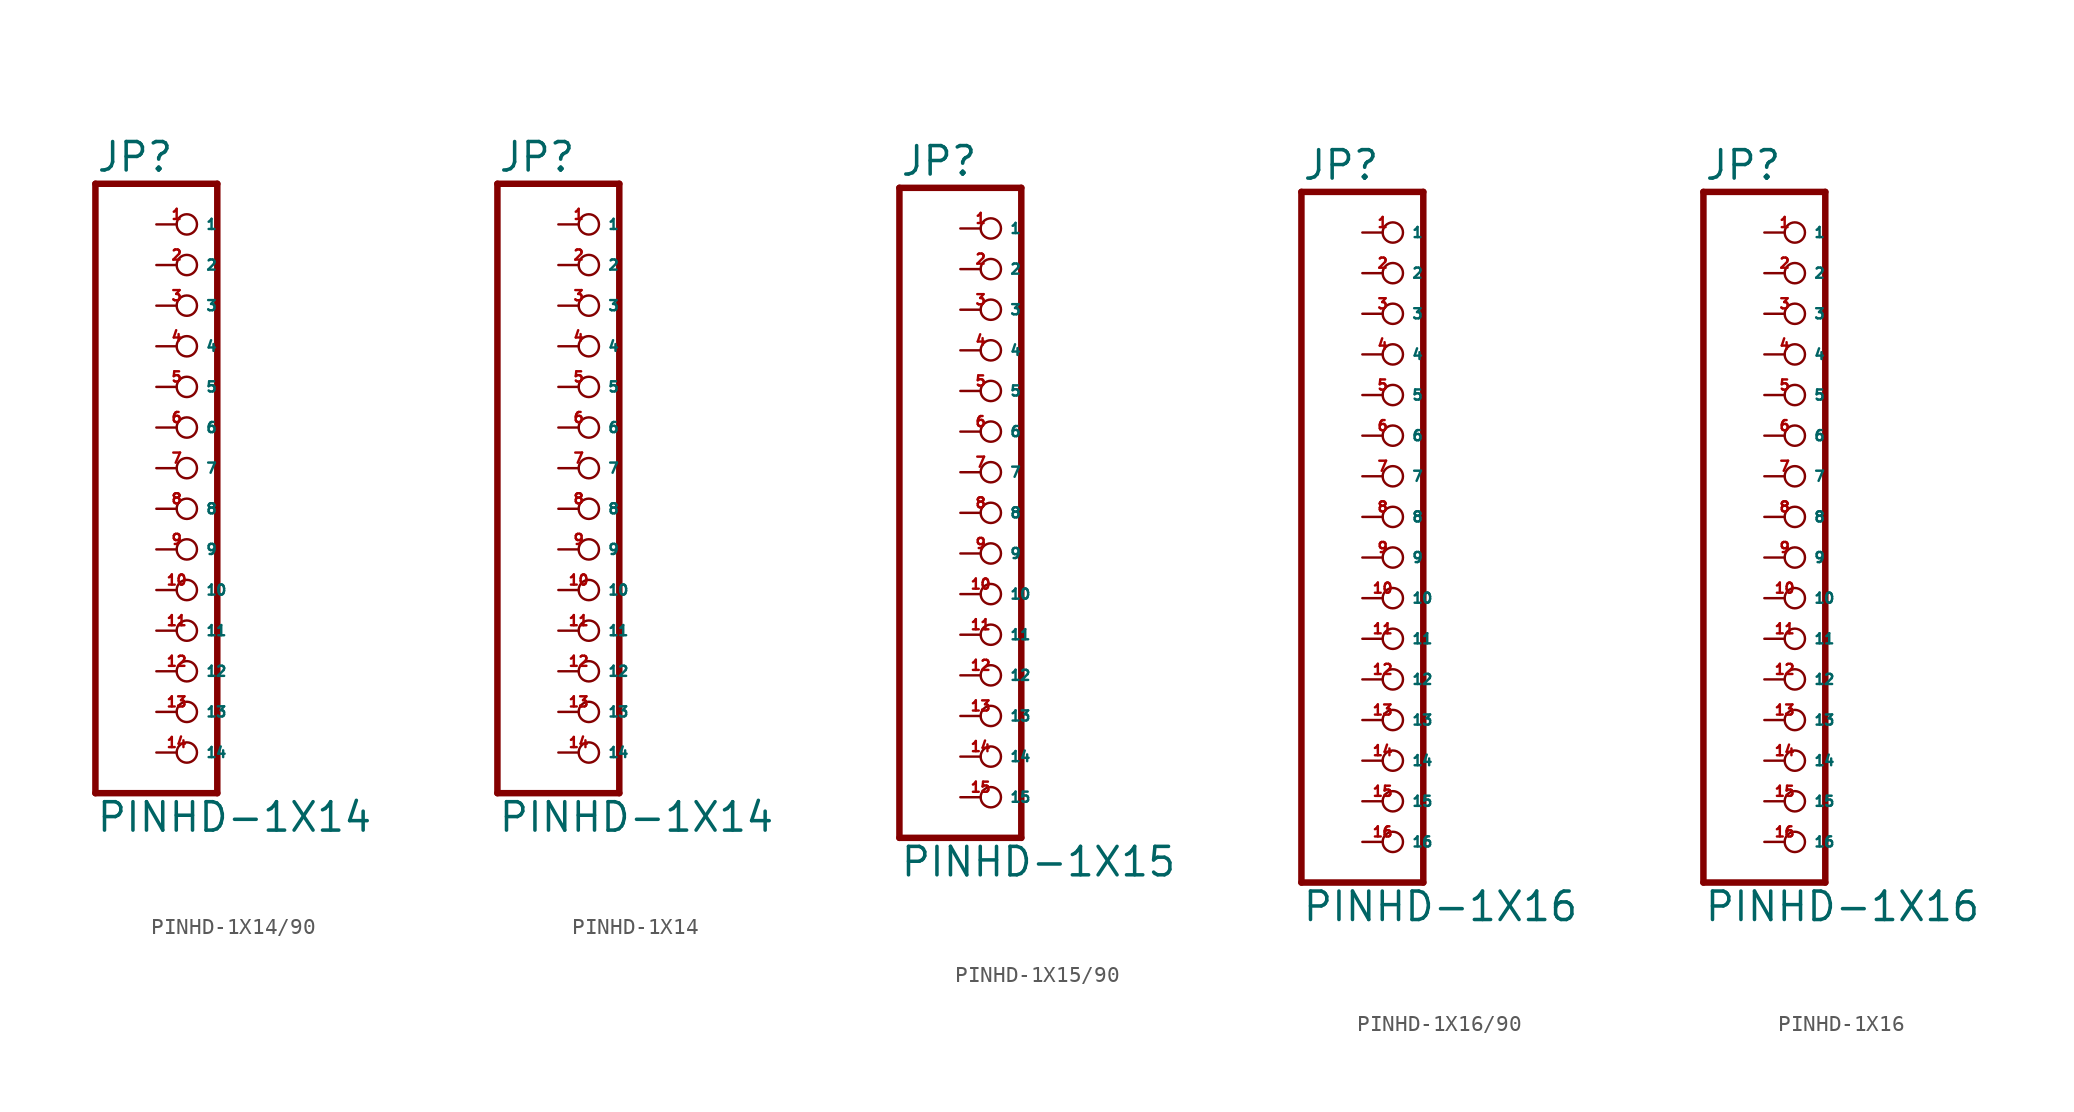
<source format=kicad_sym>
(kicad_symbol_lib
  (version 20220914)
  (generator Eagle2Kicad)
  (symbol "PINHD-1X14/90"
    (property "Reference" "JP"
      (at -6.35 18.415 0)
      (effects (font (size 1.778 1.778) (thickness 0.22)) (justify left bottom)))
    (property "Value" "PINHD-1X14"
      (at -6.35 -22.86 0)
      (effects (font (size 1.778 1.778) (thickness 0.22)) (justify left bottom)))
    (polyline
      (pts (xy -6.35 -20.32) (xy 1.27 -20.32))
      (stroke (width 0.406) (type default))
      (fill (type none)))
    (polyline
      (pts (xy 1.27 -20.32) (xy 1.27 17.78))
      (stroke (width 0.406) (type default))
      (fill (type none)))
    (polyline
      (pts (xy 1.27 17.78) (xy -6.35 17.78))
      (stroke (width 0.406) (type default))
      (fill (type none)))
    (polyline
      (pts (xy -6.35 17.78) (xy -6.35 -20.32))
      (stroke (width 0.406) (type default))
      (fill (type none)))
    (pin passive inverted
      (at -2.54 15.24 0)
      (length 2.54)
      (name "1" (effects (font (size 0.635 0.635) (thickness 0.08)) (justify left bottom)))
      (number "1" (effects (font (size 0.635 0.635) (thickness 0.08)) (justify left bottom))))
    (pin passive inverted
      (at -2.54 12.7 0)
      (length 2.54)
      (name "2" (effects (font (size 0.635 0.635) (thickness 0.08)) (justify left bottom)))
      (number "2" (effects (font (size 0.635 0.635) (thickness 0.08)) (justify left bottom))))
    (pin passive inverted
      (at -2.54 10.16 0)
      (length 2.54)
      (name "3" (effects (font (size 0.635 0.635) (thickness 0.08)) (justify left bottom)))
      (number "3" (effects (font (size 0.635 0.635) (thickness 0.08)) (justify left bottom))))
    (pin passive inverted
      (at -2.54 7.62 0)
      (length 2.54)
      (name "4" (effects (font (size 0.635 0.635) (thickness 0.08)) (justify left bottom)))
      (number "4" (effects (font (size 0.635 0.635) (thickness 0.08)) (justify left bottom))))
    (pin passive inverted
      (at -2.54 5.08 0)
      (length 2.54)
      (name "5" (effects (font (size 0.635 0.635) (thickness 0.08)) (justify left bottom)))
      (number "5" (effects (font (size 0.635 0.635) (thickness 0.08)) (justify left bottom))))
    (pin passive inverted
      (at -2.54 2.54 0)
      (length 2.54)
      (name "6" (effects (font (size 0.635 0.635) (thickness 0.08)) (justify left bottom)))
      (number "6" (effects (font (size 0.635 0.635) (thickness 0.08)) (justify left bottom))))
    (pin passive inverted
      (at -2.54 0 0)
      (length 2.54)
      (name "7" (effects (font (size 0.635 0.635) (thickness 0.08)) (justify left bottom)))
      (number "7" (effects (font (size 0.635 0.635) (thickness 0.08)) (justify left bottom))))
    (pin passive inverted
      (at -2.54 -2.54 0)
      (length 2.54)
      (name "8" (effects (font (size 0.635 0.635) (thickness 0.08)) (justify left bottom)))
      (number "8" (effects (font (size 0.635 0.635) (thickness 0.08)) (justify left bottom))))
    (pin passive inverted
      (at -2.54 -5.08 0)
      (length 2.54)
      (name "9" (effects (font (size 0.635 0.635) (thickness 0.08)) (justify left bottom)))
      (number "9" (effects (font (size 0.635 0.635) (thickness 0.08)) (justify left bottom))))
    (pin passive inverted
      (at -2.54 -7.62 0)
      (length 2.54)
      (name "10" (effects (font (size 0.635 0.635) (thickness 0.08)) (justify left bottom)))
      (number "10" (effects (font (size 0.635 0.635) (thickness 0.08)) (justify left bottom))))
    (pin passive inverted
      (at -2.54 -10.16 0)
      (length 2.54)
      (name "11" (effects (font (size 0.635 0.635) (thickness 0.08)) (justify left bottom)))
      (number "11" (effects (font (size 0.635 0.635) (thickness 0.08)) (justify left bottom))))
    (pin passive inverted
      (at -2.54 -12.7 0)
      (length 2.54)
      (name "12" (effects (font (size 0.635 0.635) (thickness 0.08)) (justify left bottom)))
      (number "12" (effects (font (size 0.635 0.635) (thickness 0.08)) (justify left bottom))))
    (pin passive inverted
      (at -2.54 -15.24 0)
      (length 2.54)
      (name "13" (effects (font (size 0.635 0.635) (thickness 0.08)) (justify left bottom)))
      (number "13" (effects (font (size 0.635 0.635) (thickness 0.08)) (justify left bottom))))
    (pin passive inverted
      (at -2.54 -17.78 0)
      (length 2.54)
      (name "14" (effects (font (size 0.635 0.635) (thickness 0.08)) (justify left bottom)))
      (number "14" (effects (font (size 0.635 0.635) (thickness 0.08)) (justify left bottom)))))
  (symbol "PINHD-1X14"
    (property "Reference" "JP"
      (at -6.35 18.415 0)
      (effects (font (size 1.778 1.778) (thickness 0.22)) (justify left bottom)))
    (property "Value" "PINHD-1X14"
      (at -6.35 -22.86 0)
      (effects (font (size 1.778 1.778) (thickness 0.22)) (justify left bottom)))
    (polyline
      (pts (xy -6.35 -20.32) (xy 1.27 -20.32))
      (stroke (width 0.406) (type default))
      (fill (type none)))
    (polyline
      (pts (xy 1.27 -20.32) (xy 1.27 17.78))
      (stroke (width 0.406) (type default))
      (fill (type none)))
    (polyline
      (pts (xy 1.27 17.78) (xy -6.35 17.78))
      (stroke (width 0.406) (type default))
      (fill (type none)))
    (polyline
      (pts (xy -6.35 17.78) (xy -6.35 -20.32))
      (stroke (width 0.406) (type default))
      (fill (type none)))
    (pin passive inverted
      (at -2.54 15.24 0)
      (length 2.54)
      (name "1" (effects (font (size 0.635 0.635) (thickness 0.08)) (justify left bottom)))
      (number "1" (effects (font (size 0.635 0.635) (thickness 0.08)) (justify left bottom))))
    (pin passive inverted
      (at -2.54 12.7 0)
      (length 2.54)
      (name "2" (effects (font (size 0.635 0.635) (thickness 0.08)) (justify left bottom)))
      (number "2" (effects (font (size 0.635 0.635) (thickness 0.08)) (justify left bottom))))
    (pin passive inverted
      (at -2.54 10.16 0)
      (length 2.54)
      (name "3" (effects (font (size 0.635 0.635) (thickness 0.08)) (justify left bottom)))
      (number "3" (effects (font (size 0.635 0.635) (thickness 0.08)) (justify left bottom))))
    (pin passive inverted
      (at -2.54 7.62 0)
      (length 2.54)
      (name "4" (effects (font (size 0.635 0.635) (thickness 0.08)) (justify left bottom)))
      (number "4" (effects (font (size 0.635 0.635) (thickness 0.08)) (justify left bottom))))
    (pin passive inverted
      (at -2.54 5.08 0)
      (length 2.54)
      (name "5" (effects (font (size 0.635 0.635) (thickness 0.08)) (justify left bottom)))
      (number "5" (effects (font (size 0.635 0.635) (thickness 0.08)) (justify left bottom))))
    (pin passive inverted
      (at -2.54 2.54 0)
      (length 2.54)
      (name "6" (effects (font (size 0.635 0.635) (thickness 0.08)) (justify left bottom)))
      (number "6" (effects (font (size 0.635 0.635) (thickness 0.08)) (justify left bottom))))
    (pin passive inverted
      (at -2.54 0 0)
      (length 2.54)
      (name "7" (effects (font (size 0.635 0.635) (thickness 0.08)) (justify left bottom)))
      (number "7" (effects (font (size 0.635 0.635) (thickness 0.08)) (justify left bottom))))
    (pin passive inverted
      (at -2.54 -2.54 0)
      (length 2.54)
      (name "8" (effects (font (size 0.635 0.635) (thickness 0.08)) (justify left bottom)))
      (number "8" (effects (font (size 0.635 0.635) (thickness 0.08)) (justify left bottom))))
    (pin passive inverted
      (at -2.54 -5.08 0)
      (length 2.54)
      (name "9" (effects (font (size 0.635 0.635) (thickness 0.08)) (justify left bottom)))
      (number "9" (effects (font (size 0.635 0.635) (thickness 0.08)) (justify left bottom))))
    (pin passive inverted
      (at -2.54 -7.62 0)
      (length 2.54)
      (name "10" (effects (font (size 0.635 0.635) (thickness 0.08)) (justify left bottom)))
      (number "10" (effects (font (size 0.635 0.635) (thickness 0.08)) (justify left bottom))))
    (pin passive inverted
      (at -2.54 -10.16 0)
      (length 2.54)
      (name "11" (effects (font (size 0.635 0.635) (thickness 0.08)) (justify left bottom)))
      (number "11" (effects (font (size 0.635 0.635) (thickness 0.08)) (justify left bottom))))
    (pin passive inverted
      (at -2.54 -12.7 0)
      (length 2.54)
      (name "12" (effects (font (size 0.635 0.635) (thickness 0.08)) (justify left bottom)))
      (number "12" (effects (font (size 0.635 0.635) (thickness 0.08)) (justify left bottom))))
    (pin passive inverted
      (at -2.54 -15.24 0)
      (length 2.54)
      (name "13" (effects (font (size 0.635 0.635) (thickness 0.08)) (justify left bottom)))
      (number "13" (effects (font (size 0.635 0.635) (thickness 0.08)) (justify left bottom))))
    (pin passive inverted
      (at -2.54 -17.78 0)
      (length 2.54)
      (name "14" (effects (font (size 0.635 0.635) (thickness 0.08)) (justify left bottom)))
      (number "14" (effects (font (size 0.635 0.635) (thickness 0.08)) (justify left bottom)))))
  (symbol "PINHD-1X15/90"
    (property "Reference" "JP"
      (at -6.35 20.955 0)
      (effects (font (size 1.778 1.778) (thickness 0.22)) (justify left bottom)))
    (property "Value" "PINHD-1X15"
      (at -6.35 -22.86 0)
      (effects (font (size 1.778 1.778) (thickness 0.22)) (justify left bottom)))
    (polyline
      (pts (xy -6.35 -20.32) (xy 1.27 -20.32))
      (stroke (width 0.406) (type default))
      (fill (type none)))
    (polyline
      (pts (xy 1.27 -20.32) (xy 1.27 20.32))
      (stroke (width 0.406) (type default))
      (fill (type none)))
    (polyline
      (pts (xy 1.27 20.32) (xy -6.35 20.32))
      (stroke (width 0.406) (type default))
      (fill (type none)))
    (polyline
      (pts (xy -6.35 20.32) (xy -6.35 -20.32))
      (stroke (width 0.406) (type default))
      (fill (type none)))
    (pin passive inverted
      (at -2.54 17.78 0)
      (length 2.54)
      (name "1" (effects (font (size 0.635 0.635) (thickness 0.08)) (justify left bottom)))
      (number "1" (effects (font (size 0.635 0.635) (thickness 0.08)) (justify left bottom))))
    (pin passive inverted
      (at -2.54 15.24 0)
      (length 2.54)
      (name "2" (effects (font (size 0.635 0.635) (thickness 0.08)) (justify left bottom)))
      (number "2" (effects (font (size 0.635 0.635) (thickness 0.08)) (justify left bottom))))
    (pin passive inverted
      (at -2.54 12.7 0)
      (length 2.54)
      (name "3" (effects (font (size 0.635 0.635) (thickness 0.08)) (justify left bottom)))
      (number "3" (effects (font (size 0.635 0.635) (thickness 0.08)) (justify left bottom))))
    (pin passive inverted
      (at -2.54 10.16 0)
      (length 2.54)
      (name "4" (effects (font (size 0.635 0.635) (thickness 0.08)) (justify left bottom)))
      (number "4" (effects (font (size 0.635 0.635) (thickness 0.08)) (justify left bottom))))
    (pin passive inverted
      (at -2.54 7.62 0)
      (length 2.54)
      (name "5" (effects (font (size 0.635 0.635) (thickness 0.08)) (justify left bottom)))
      (number "5" (effects (font (size 0.635 0.635) (thickness 0.08)) (justify left bottom))))
    (pin passive inverted
      (at -2.54 5.08 0)
      (length 2.54)
      (name "6" (effects (font (size 0.635 0.635) (thickness 0.08)) (justify left bottom)))
      (number "6" (effects (font (size 0.635 0.635) (thickness 0.08)) (justify left bottom))))
    (pin passive inverted
      (at -2.54 2.54 0)
      (length 2.54)
      (name "7" (effects (font (size 0.635 0.635) (thickness 0.08)) (justify left bottom)))
      (number "7" (effects (font (size 0.635 0.635) (thickness 0.08)) (justify left bottom))))
    (pin passive inverted
      (at -2.54 0 0)
      (length 2.54)
      (name "8" (effects (font (size 0.635 0.635) (thickness 0.08)) (justify left bottom)))
      (number "8" (effects (font (size 0.635 0.635) (thickness 0.08)) (justify left bottom))))
    (pin passive inverted
      (at -2.54 -2.54 0)
      (length 2.54)
      (name "9" (effects (font (size 0.635 0.635) (thickness 0.08)) (justify left bottom)))
      (number "9" (effects (font (size 0.635 0.635) (thickness 0.08)) (justify left bottom))))
    (pin passive inverted
      (at -2.54 -5.08 0)
      (length 2.54)
      (name "10" (effects (font (size 0.635 0.635) (thickness 0.08)) (justify left bottom)))
      (number "10" (effects (font (size 0.635 0.635) (thickness 0.08)) (justify left bottom))))
    (pin passive inverted
      (at -2.54 -7.62 0)
      (length 2.54)
      (name "11" (effects (font (size 0.635 0.635) (thickness 0.08)) (justify left bottom)))
      (number "11" (effects (font (size 0.635 0.635) (thickness 0.08)) (justify left bottom))))
    (pin passive inverted
      (at -2.54 -10.16 0)
      (length 2.54)
      (name "12" (effects (font (size 0.635 0.635) (thickness 0.08)) (justify left bottom)))
      (number "12" (effects (font (size 0.635 0.635) (thickness 0.08)) (justify left bottom))))
    (pin passive inverted
      (at -2.54 -12.7 0)
      (length 2.54)
      (name "13" (effects (font (size 0.635 0.635) (thickness 0.08)) (justify left bottom)))
      (number "13" (effects (font (size 0.635 0.635) (thickness 0.08)) (justify left bottom))))
    (pin passive inverted
      (at -2.54 -15.24 0)
      (length 2.54)
      (name "14" (effects (font (size 0.635 0.635) (thickness 0.08)) (justify left bottom)))
      (number "14" (effects (font (size 0.635 0.635) (thickness 0.08)) (justify left bottom))))
    (pin passive inverted
      (at -2.54 -17.78 0)
      (length 2.54)
      (name "15" (effects (font (size 0.635 0.635) (thickness 0.08)) (justify left bottom)))
      (number "15" (effects (font (size 0.635 0.635) (thickness 0.08)) (justify left bottom)))))
  (symbol "PINHD-1X16/90"
    (property "Reference" "JP"
      (at -6.35 20.955 0)
      (effects (font (size 1.778 1.778) (thickness 0.22)) (justify left bottom)))
    (property "Value" "PINHD-1X16"
      (at -6.35 -25.4 0)
      (effects (font (size 1.778 1.778) (thickness 0.22)) (justify left bottom)))
    (polyline
      (pts (xy -6.35 -22.86) (xy 1.27 -22.86))
      (stroke (width 0.406) (type default))
      (fill (type none)))
    (polyline
      (pts (xy 1.27 -22.86) (xy 1.27 20.32))
      (stroke (width 0.406) (type default))
      (fill (type none)))
    (polyline
      (pts (xy 1.27 20.32) (xy -6.35 20.32))
      (stroke (width 0.406) (type default))
      (fill (type none)))
    (polyline
      (pts (xy -6.35 20.32) (xy -6.35 -22.86))
      (stroke (width 0.406) (type default))
      (fill (type none)))
    (pin passive inverted
      (at -2.54 17.78 0)
      (length 2.54)
      (name "1" (effects (font (size 0.635 0.635) (thickness 0.08)) (justify left bottom)))
      (number "1" (effects (font (size 0.635 0.635) (thickness 0.08)) (justify left bottom))))
    (pin passive inverted
      (at -2.54 15.24 0)
      (length 2.54)
      (name "2" (effects (font (size 0.635 0.635) (thickness 0.08)) (justify left bottom)))
      (number "2" (effects (font (size 0.635 0.635) (thickness 0.08)) (justify left bottom))))
    (pin passive inverted
      (at -2.54 12.7 0)
      (length 2.54)
      (name "3" (effects (font (size 0.635 0.635) (thickness 0.08)) (justify left bottom)))
      (number "3" (effects (font (size 0.635 0.635) (thickness 0.08)) (justify left bottom))))
    (pin passive inverted
      (at -2.54 10.16 0)
      (length 2.54)
      (name "4" (effects (font (size 0.635 0.635) (thickness 0.08)) (justify left bottom)))
      (number "4" (effects (font (size 0.635 0.635) (thickness 0.08)) (justify left bottom))))
    (pin passive inverted
      (at -2.54 7.62 0)
      (length 2.54)
      (name "5" (effects (font (size 0.635 0.635) (thickness 0.08)) (justify left bottom)))
      (number "5" (effects (font (size 0.635 0.635) (thickness 0.08)) (justify left bottom))))
    (pin passive inverted
      (at -2.54 5.08 0)
      (length 2.54)
      (name "6" (effects (font (size 0.635 0.635) (thickness 0.08)) (justify left bottom)))
      (number "6" (effects (font (size 0.635 0.635) (thickness 0.08)) (justify left bottom))))
    (pin passive inverted
      (at -2.54 2.54 0)
      (length 2.54)
      (name "7" (effects (font (size 0.635 0.635) (thickness 0.08)) (justify left bottom)))
      (number "7" (effects (font (size 0.635 0.635) (thickness 0.08)) (justify left bottom))))
    (pin passive inverted
      (at -2.54 0 0)
      (length 2.54)
      (name "8" (effects (font (size 0.635 0.635) (thickness 0.08)) (justify left bottom)))
      (number "8" (effects (font (size 0.635 0.635) (thickness 0.08)) (justify left bottom))))
    (pin passive inverted
      (at -2.54 -2.54 0)
      (length 2.54)
      (name "9" (effects (font (size 0.635 0.635) (thickness 0.08)) (justify left bottom)))
      (number "9" (effects (font (size 0.635 0.635) (thickness 0.08)) (justify left bottom))))
    (pin passive inverted
      (at -2.54 -5.08 0)
      (length 2.54)
      (name "10" (effects (font (size 0.635 0.635) (thickness 0.08)) (justify left bottom)))
      (number "10" (effects (font (size 0.635 0.635) (thickness 0.08)) (justify left bottom))))
    (pin passive inverted
      (at -2.54 -7.62 0)
      (length 2.54)
      (name "11" (effects (font (size 0.635 0.635) (thickness 0.08)) (justify left bottom)))
      (number "11" (effects (font (size 0.635 0.635) (thickness 0.08)) (justify left bottom))))
    (pin passive inverted
      (at -2.54 -10.16 0)
      (length 2.54)
      (name "12" (effects (font (size 0.635 0.635) (thickness 0.08)) (justify left bottom)))
      (number "12" (effects (font (size 0.635 0.635) (thickness 0.08)) (justify left bottom))))
    (pin passive inverted
      (at -2.54 -12.7 0)
      (length 2.54)
      (name "13" (effects (font (size 0.635 0.635) (thickness 0.08)) (justify left bottom)))
      (number "13" (effects (font (size 0.635 0.635) (thickness 0.08)) (justify left bottom))))
    (pin passive inverted
      (at -2.54 -15.24 0)
      (length 2.54)
      (name "14" (effects (font (size 0.635 0.635) (thickness 0.08)) (justify left bottom)))
      (number "14" (effects (font (size 0.635 0.635) (thickness 0.08)) (justify left bottom))))
    (pin passive inverted
      (at -2.54 -17.78 0)
      (length 2.54)
      (name "15" (effects (font (size 0.635 0.635) (thickness 0.08)) (justify left bottom)))
      (number "15" (effects (font (size 0.635 0.635) (thickness 0.08)) (justify left bottom))))
    (pin passive inverted
      (at -2.54 -20.32 0)
      (length 2.54)
      (name "16" (effects (font (size 0.635 0.635) (thickness 0.08)) (justify left bottom)))
      (number "16" (effects (font (size 0.635 0.635) (thickness 0.08)) (justify left bottom)))))
  (symbol "PINHD-1X16"
    (property "Reference" "JP"
      (at -6.35 20.955 0)
      (effects (font (size 1.778 1.778) (thickness 0.22)) (justify left bottom)))
    (property "Value" "PINHD-1X16"
      (at -6.35 -25.4 0)
      (effects (font (size 1.778 1.778) (thickness 0.22)) (justify left bottom)))
    (polyline
      (pts (xy -6.35 -22.86) (xy 1.27 -22.86))
      (stroke (width 0.406) (type default))
      (fill (type none)))
    (polyline
      (pts (xy 1.27 -22.86) (xy 1.27 20.32))
      (stroke (width 0.406) (type default))
      (fill (type none)))
    (polyline
      (pts (xy 1.27 20.32) (xy -6.35 20.32))
      (stroke (width 0.406) (type default))
      (fill (type none)))
    (polyline
      (pts (xy -6.35 20.32) (xy -6.35 -22.86))
      (stroke (width 0.406) (type default))
      (fill (type none)))
    (pin passive inverted
      (at -2.54 17.78 0)
      (length 2.54)
      (name "1" (effects (font (size 0.635 0.635) (thickness 0.08)) (justify left bottom)))
      (number "1" (effects (font (size 0.635 0.635) (thickness 0.08)) (justify left bottom))))
    (pin passive inverted
      (at -2.54 15.24 0)
      (length 2.54)
      (name "2" (effects (font (size 0.635 0.635) (thickness 0.08)) (justify left bottom)))
      (number "2" (effects (font (size 0.635 0.635) (thickness 0.08)) (justify left bottom))))
    (pin passive inverted
      (at -2.54 12.7 0)
      (length 2.54)
      (name "3" (effects (font (size 0.635 0.635) (thickness 0.08)) (justify left bottom)))
      (number "3" (effects (font (size 0.635 0.635) (thickness 0.08)) (justify left bottom))))
    (pin passive inverted
      (at -2.54 10.16 0)
      (length 2.54)
      (name "4" (effects (font (size 0.635 0.635) (thickness 0.08)) (justify left bottom)))
      (number "4" (effects (font (size 0.635 0.635) (thickness 0.08)) (justify left bottom))))
    (pin passive inverted
      (at -2.54 7.62 0)
      (length 2.54)
      (name "5" (effects (font (size 0.635 0.635) (thickness 0.08)) (justify left bottom)))
      (number "5" (effects (font (size 0.635 0.635) (thickness 0.08)) (justify left bottom))))
    (pin passive inverted
      (at -2.54 5.08 0)
      (length 2.54)
      (name "6" (effects (font (size 0.635 0.635) (thickness 0.08)) (justify left bottom)))
      (number "6" (effects (font (size 0.635 0.635) (thickness 0.08)) (justify left bottom))))
    (pin passive inverted
      (at -2.54 2.54 0)
      (length 2.54)
      (name "7" (effects (font (size 0.635 0.635) (thickness 0.08)) (justify left bottom)))
      (number "7" (effects (font (size 0.635 0.635) (thickness 0.08)) (justify left bottom))))
    (pin passive inverted
      (at -2.54 0 0)
      (length 2.54)
      (name "8" (effects (font (size 0.635 0.635) (thickness 0.08)) (justify left bottom)))
      (number "8" (effects (font (size 0.635 0.635) (thickness 0.08)) (justify left bottom))))
    (pin passive inverted
      (at -2.54 -2.54 0)
      (length 2.54)
      (name "9" (effects (font (size 0.635 0.635) (thickness 0.08)) (justify left bottom)))
      (number "9" (effects (font (size 0.635 0.635) (thickness 0.08)) (justify left bottom))))
    (pin passive inverted
      (at -2.54 -5.08 0)
      (length 2.54)
      (name "10" (effects (font (size 0.635 0.635) (thickness 0.08)) (justify left bottom)))
      (number "10" (effects (font (size 0.635 0.635) (thickness 0.08)) (justify left bottom))))
    (pin passive inverted
      (at -2.54 -7.62 0)
      (length 2.54)
      (name "11" (effects (font (size 0.635 0.635) (thickness 0.08)) (justify left bottom)))
      (number "11" (effects (font (size 0.635 0.635) (thickness 0.08)) (justify left bottom))))
    (pin passive inverted
      (at -2.54 -10.16 0)
      (length 2.54)
      (name "12" (effects (font (size 0.635 0.635) (thickness 0.08)) (justify left bottom)))
      (number "12" (effects (font (size 0.635 0.635) (thickness 0.08)) (justify left bottom))))
    (pin passive inverted
      (at -2.54 -12.7 0)
      (length 2.54)
      (name "13" (effects (font (size 0.635 0.635) (thickness 0.08)) (justify left bottom)))
      (number "13" (effects (font (size 0.635 0.635) (thickness 0.08)) (justify left bottom))))
    (pin passive inverted
      (at -2.54 -15.24 0)
      (length 2.54)
      (name "14" (effects (font (size 0.635 0.635) (thickness 0.08)) (justify left bottom)))
      (number "14" (effects (font (size 0.635 0.635) (thickness 0.08)) (justify left bottom))))
    (pin passive inverted
      (at -2.54 -17.78 0)
      (length 2.54)
      (name "15" (effects (font (size 0.635 0.635) (thickness 0.08)) (justify left bottom)))
      (number "15" (effects (font (size 0.635 0.635) (thickness 0.08)) (justify left bottom))))
    (pin passive inverted
      (at -2.54 -20.32 0)
      (length 2.54)
      (name "16" (effects (font (size 0.635 0.635) (thickness 0.08)) (justify left bottom)))
      (number "16" (effects (font (size 0.635 0.635) (thickness 0.08)) (justify left bottom))))))
</source>
